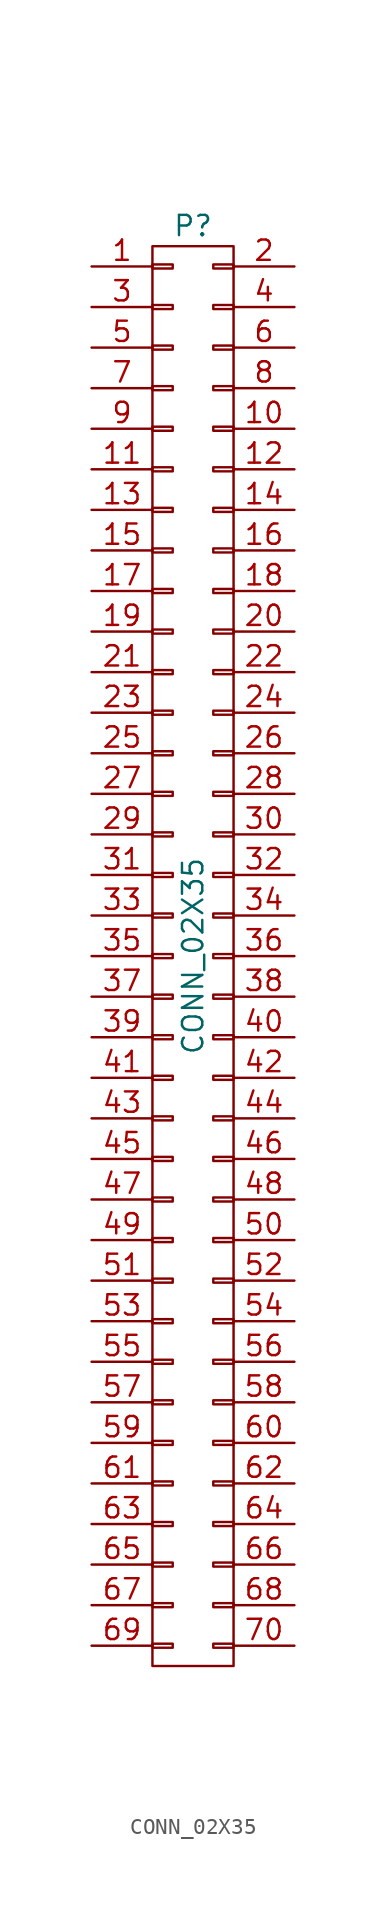
<source format=kicad_sym>
(kicad_symbol_lib
  (version 20231120)
  (generator "kicad_symbol_editor")
  (generator_version "8.0")
  (symbol "CONN_02X35"
    (pin_names
      (offset 0.025) hide)
    (property "Reference" "P"
      (at 0 45.72 0)
      (effects (font (size 1.27 1.27))))
    (property "Value" "CONN_02X35"
      (at 0 0 90)
      (effects (font (size 1.27 1.27))))
    (property "Footprint" ""
      (at 0 -6.35 0)
      (effects (font (size 1.27 1.27))))
    (property "Datasheet" ""
      (at 0 -6.35 0)
      (effects (font (size 1.27 1.27))))
    (symbol "CONN_02X35_0_1"
      (rectangle (start -2.54 -43.053) (end -1.27 -43.307) (stroke (width 0) (type solid)) (fill (type none)))
      (rectangle (start -2.54 -40.513) (end -1.27 -40.767) (stroke (width 0) (type solid)) (fill (type none)))
      (rectangle (start -2.54 -37.973) (end -1.27 -38.227) (stroke (width 0) (type solid)) (fill (type none)))
      (rectangle (start -2.54 -35.433) (end -1.27 -35.687) (stroke (width 0) (type solid)) (fill (type none)))
      (rectangle (start -2.54 -32.893) (end -1.27 -33.147) (stroke (width 0) (type solid)) (fill (type none)))
      (rectangle (start -2.54 -30.353) (end -1.27 -30.607) (stroke (width 0) (type solid)) (fill (type none)))
      (rectangle (start -2.54 -27.813) (end -1.27 -28.067) (stroke (width 0) (type solid)) (fill (type none)))
      (rectangle (start -2.54 -25.273) (end -1.27 -25.527) (stroke (width 0) (type solid)) (fill (type none)))
      (rectangle (start -2.54 -22.733) (end -1.27 -22.987) (stroke (width 0) (type solid)) (fill (type none)))
      (rectangle (start -2.54 -20.193) (end -1.27 -20.447) (stroke (width 0) (type solid)) (fill (type none)))
      (rectangle (start -2.54 -17.653) (end -1.27 -17.907) (stroke (width 0) (type solid)) (fill (type none)))
      (rectangle (start -2.54 -15.113) (end -1.27 -15.367) (stroke (width 0) (type solid)) (fill (type none)))
      (rectangle (start -2.54 -12.573) (end -1.27 -12.827) (stroke (width 0) (type solid)) (fill (type none)))
      (rectangle (start -2.54 -10.033) (end -1.27 -10.287) (stroke (width 0) (type solid)) (fill (type none)))
      (rectangle (start -2.54 -7.493) (end -1.27 -7.747) (stroke (width 0) (type solid)) (fill (type none)))
      (rectangle (start -2.54 -4.953) (end -1.27 -5.207) (stroke (width 0) (type solid)) (fill (type none)))
      (rectangle (start -2.54 -2.413) (end -1.27 -2.667) (stroke (width 0) (type solid)) (fill (type none)))
      (rectangle (start -2.54 0.127) (end -1.27 -0.127) (stroke (width 0) (type solid)) (fill (type none)))
      (rectangle (start -2.54 2.667) (end -1.27 2.413) (stroke (width 0) (type solid)) (fill (type none)))
      (rectangle (start -2.54 5.207) (end -1.27 4.953) (stroke (width 0) (type solid)) (fill (type none)))
      (rectangle (start -2.54 7.747) (end -1.27 7.493) (stroke (width 0) (type solid)) (fill (type none)))
      (rectangle (start -2.54 10.287) (end -1.27 10.033) (stroke (width 0) (type solid)) (fill (type none)))
      (rectangle (start -2.54 12.827) (end -1.27 12.573) (stroke (width 0) (type solid)) (fill (type none)))
      (rectangle (start -2.54 15.367) (end -1.27 15.113) (stroke (width 0) (type solid)) (fill (type none)))
      (rectangle (start -2.54 17.907) (end -1.27 17.653) (stroke (width 0) (type solid)) (fill (type none)))
      (rectangle (start -2.54 20.447) (end -1.27 20.193) (stroke (width 0) (type solid)) (fill (type none)))
      (rectangle (start -2.54 22.987) (end -1.27 22.733) (stroke (width 0) (type solid)) (fill (type none)))
      (rectangle (start -2.54 25.527) (end -1.27 25.273) (stroke (width 0) (type solid)) (fill (type none)))
      (rectangle (start -2.54 28.067) (end -1.27 27.813) (stroke (width 0) (type solid)) (fill (type none)))
      (rectangle (start -2.54 30.607) (end -1.27 30.353) (stroke (width 0) (type solid)) (fill (type none)))
      (rectangle (start -2.54 33.147) (end -1.27 32.893) (stroke (width 0) (type solid)) (fill (type none)))
      (rectangle (start -2.54 35.687) (end -1.27 35.433) (stroke (width 0) (type solid)) (fill (type none)))
      (rectangle (start -2.54 38.227) (end -1.27 37.973) (stroke (width 0) (type solid)) (fill (type none)))
      (rectangle (start -2.54 40.767) (end -1.27 40.513) (stroke (width 0) (type solid)) (fill (type none)))
      (rectangle (start -2.54 43.307) (end -1.27 43.053) (stroke (width 0) (type solid)) (fill (type none)))
      (rectangle (start -2.54 44.45) (end 2.54 -44.45) (stroke (width 0) (type solid)) (fill (type none)))
      (rectangle (start 1.27 -43.053) (end 2.54 -43.307) (stroke (width 0) (type solid)) (fill (type none)))
      (rectangle (start 1.27 -40.513) (end 2.54 -40.767) (stroke (width 0) (type solid)) (fill (type none)))
      (rectangle (start 1.27 -37.973) (end 2.54 -38.227) (stroke (width 0) (type solid)) (fill (type none)))
      (rectangle (start 1.27 -35.433) (end 2.54 -35.687) (stroke (width 0) (type solid)) (fill (type none)))
      (rectangle (start 1.27 -32.893) (end 2.54 -33.147) (stroke (width 0) (type solid)) (fill (type none)))
      (rectangle (start 1.27 -30.353) (end 2.54 -30.607) (stroke (width 0) (type solid)) (fill (type none)))
      (rectangle (start 1.27 -27.813) (end 2.54 -28.067) (stroke (width 0) (type solid)) (fill (type none)))
      (rectangle (start 1.27 -25.273) (end 2.54 -25.527) (stroke (width 0) (type solid)) (fill (type none)))
      (rectangle (start 1.27 -22.733) (end 2.54 -22.987) (stroke (width 0) (type solid)) (fill (type none)))
      (rectangle (start 1.27 -20.193) (end 2.54 -20.447) (stroke (width 0) (type solid)) (fill (type none)))
      (rectangle (start 1.27 -17.653) (end 2.54 -17.907) (stroke (width 0) (type solid)) (fill (type none)))
      (rectangle (start 1.27 -15.113) (end 2.54 -15.367) (stroke (width 0) (type solid)) (fill (type none)))
      (rectangle (start 1.27 -12.573) (end 2.54 -12.827) (stroke (width 0) (type solid)) (fill (type none)))
      (rectangle (start 1.27 -10.033) (end 2.54 -10.287) (stroke (width 0) (type solid)) (fill (type none)))
      (rectangle (start 1.27 -7.493) (end 2.54 -7.747) (stroke (width 0) (type solid)) (fill (type none)))
      (rectangle (start 1.27 -4.953) (end 2.54 -5.207) (stroke (width 0) (type solid)) (fill (type none)))
      (rectangle (start 1.27 -2.413) (end 2.54 -2.667) (stroke (width 0) (type solid)) (fill (type none)))
      (rectangle (start 1.27 0.127) (end 2.54 -0.127) (stroke (width 0) (type solid)) (fill (type none)))
      (rectangle (start 1.27 2.667) (end 2.54 2.413) (stroke (width 0) (type solid)) (fill (type none)))
      (rectangle (start 1.27 5.207) (end 2.54 4.953) (stroke (width 0) (type solid)) (fill (type none)))
      (rectangle (start 1.27 7.747) (end 2.54 7.493) (stroke (width 0) (type solid)) (fill (type none)))
      (rectangle (start 1.27 10.287) (end 2.54 10.033) (stroke (width 0) (type solid)) (fill (type none)))
      (rectangle (start 1.27 12.827) (end 2.54 12.573) (stroke (width 0) (type solid)) (fill (type none)))
      (rectangle (start 1.27 15.367) (end 2.54 15.113) (stroke (width 0) (type solid)) (fill (type none)))
      (rectangle (start 1.27 17.907) (end 2.54 17.653) (stroke (width 0) (type solid)) (fill (type none)))
      (rectangle (start 1.27 20.447) (end 2.54 20.193) (stroke (width 0) (type solid)) (fill (type none)))
      (rectangle (start 1.27 22.987) (end 2.54 22.733) (stroke (width 0) (type solid)) (fill (type none)))
      (rectangle (start 1.27 25.527) (end 2.54 25.273) (stroke (width 0) (type solid)) (fill (type none)))
      (rectangle (start 1.27 28.067) (end 2.54 27.813) (stroke (width 0) (type solid)) (fill (type none)))
      (rectangle (start 1.27 30.607) (end 2.54 30.353) (stroke (width 0) (type solid)) (fill (type none)))
      (rectangle (start 1.27 33.147) (end 2.54 32.893) (stroke (width 0) (type solid)) (fill (type none)))
      (rectangle (start 1.27 35.687) (end 2.54 35.433) (stroke (width 0) (type solid)) (fill (type none)))
      (rectangle (start 1.27 38.227) (end 2.54 37.973) (stroke (width 0) (type solid)) (fill (type none)))
      (rectangle (start 1.27 40.767) (end 2.54 40.513) (stroke (width 0) (type solid)) (fill (type none)))
      (rectangle (start 1.27 43.307) (end 2.54 43.053) (stroke (width 0) (type solid)) (fill (type none))))
    (symbol "CONN_02X35_1_1"
      (pin passive line (at -6.35 43.18 0) (length 3.81) (name "P1" (effects (font (size 1.27 1.27)))) (number "1" (effects (font (size 1.27 1.27)))))
      (pin passive line (at 6.35 33.02 180) (length 3.81) (name "P10" (effects (font (size 1.27 1.27)))) (number "10" (effects (font (size 1.27 1.27)))))
      (pin passive line (at -6.35 30.48 0) (length 3.81) (name "P11" (effects (font (size 1.27 1.27)))) (number "11" (effects (font (size 1.27 1.27)))))
      (pin passive line (at 6.35 30.48 180) (length 3.81) (name "P12" (effects (font (size 1.27 1.27)))) (number "12" (effects (font (size 1.27 1.27)))))
      (pin passive line (at -6.35 27.94 0) (length 3.81) (name "P13" (effects (font (size 1.27 1.27)))) (number "13" (effects (font (size 1.27 1.27)))))
      (pin passive line (at 6.35 27.94 180) (length 3.81) (name "P14" (effects (font (size 1.27 1.27)))) (number "14" (effects (font (size 1.27 1.27)))))
      (pin passive line (at -6.35 25.4 0) (length 3.81) (name "P15" (effects (font (size 1.27 1.27)))) (number "15" (effects (font (size 1.27 1.27)))))
      (pin passive line (at 6.35 25.4 180) (length 3.81) (name "P16" (effects (font (size 1.27 1.27)))) (number "16" (effects (font (size 1.27 1.27)))))
      (pin passive line (at -6.35 22.86 0) (length 3.81) (name "P17" (effects (font (size 1.27 1.27)))) (number "17" (effects (font (size 1.27 1.27)))))
      (pin passive line (at 6.35 22.86 180) (length 3.81) (name "P18" (effects (font (size 1.27 1.27)))) (number "18" (effects (font (size 1.27 1.27)))))
      (pin passive line (at -6.35 20.32 0) (length 3.81) (name "P19" (effects (font (size 1.27 1.27)))) (number "19" (effects (font (size 1.27 1.27)))))
      (pin passive line (at 6.35 43.18 180) (length 3.81) (name "P2" (effects (font (size 1.27 1.27)))) (number "2" (effects (font (size 1.27 1.27)))))
      (pin passive line (at 6.35 20.32 180) (length 3.81) (name "P20" (effects (font (size 1.27 1.27)))) (number "20" (effects (font (size 1.27 1.27)))))
      (pin passive line (at -6.35 17.78 0) (length 3.81) (name "P21" (effects (font (size 1.27 1.27)))) (number "21" (effects (font (size 1.27 1.27)))))
      (pin passive line (at 6.35 17.78 180) (length 3.81) (name "P22" (effects (font (size 1.27 1.27)))) (number "22" (effects (font (size 1.27 1.27)))))
      (pin passive line (at -6.35 15.24 0) (length 3.81) (name "P23" (effects (font (size 1.27 1.27)))) (number "23" (effects (font (size 1.27 1.27)))))
      (pin passive line (at 6.35 15.24 180) (length 3.81) (name "P24" (effects (font (size 1.27 1.27)))) (number "24" (effects (font (size 1.27 1.27)))))
      (pin passive line (at -6.35 12.7 0) (length 3.81) (name "P25" (effects (font (size 1.27 1.27)))) (number "25" (effects (font (size 1.27 1.27)))))
      (pin passive line (at 6.35 12.7 180) (length 3.81) (name "P26" (effects (font (size 1.27 1.27)))) (number "26" (effects (font (size 1.27 1.27)))))
      (pin passive line (at -6.35 10.16 0) (length 3.81) (name "P27" (effects (font (size 1.27 1.27)))) (number "27" (effects (font (size 1.27 1.27)))))
      (pin passive line (at 6.35 10.16 180) (length 3.81) (name "P28" (effects (font (size 1.27 1.27)))) (number "28" (effects (font (size 1.27 1.27)))))
      (pin passive line (at -6.35 7.62 0) (length 3.81) (name "P29" (effects (font (size 1.27 1.27)))) (number "29" (effects (font (size 1.27 1.27)))))
      (pin passive line (at -6.35 40.64 0) (length 3.81) (name "P3" (effects (font (size 1.27 1.27)))) (number "3" (effects (font (size 1.27 1.27)))))
      (pin passive line (at 6.35 7.62 180) (length 3.81) (name "P30" (effects (font (size 1.27 1.27)))) (number "30" (effects (font (size 1.27 1.27)))))
      (pin passive line (at -6.35 5.08 0) (length 3.81) (name "P31" (effects (font (size 1.27 1.27)))) (number "31" (effects (font (size 1.27 1.27)))))
      (pin passive line (at 6.35 5.08 180) (length 3.81) (name "P32" (effects (font (size 1.27 1.27)))) (number "32" (effects (font (size 1.27 1.27)))))
      (pin passive line (at -6.35 2.54 0) (length 3.81) (name "P33" (effects (font (size 1.27 1.27)))) (number "33" (effects (font (size 1.27 1.27)))))
      (pin passive line (at 6.35 2.54 180) (length 3.81) (name "P34" (effects (font (size 1.27 1.27)))) (number "34" (effects (font (size 1.27 1.27)))))
      (pin passive line (at -6.35 0 0) (length 3.81) (name "P35" (effects (font (size 1.27 1.27)))) (number "35" (effects (font (size 1.27 1.27)))))
      (pin passive line (at 6.35 0 180) (length 3.81) (name "P36" (effects (font (size 1.27 1.27)))) (number "36" (effects (font (size 1.27 1.27)))))
      (pin passive line (at -6.35 -2.54 0) (length 3.81) (name "P37" (effects (font (size 1.27 1.27)))) (number "37" (effects (font (size 1.27 1.27)))))
      (pin passive line (at 6.35 -2.54 180) (length 3.81) (name "P38" (effects (font (size 1.27 1.27)))) (number "38" (effects (font (size 1.27 1.27)))))
      (pin passive line (at -6.35 -5.08 0) (length 3.81) (name "P39" (effects (font (size 1.27 1.27)))) (number "39" (effects (font (size 1.27 1.27)))))
      (pin passive line (at 6.35 40.64 180) (length 3.81) (name "P4" (effects (font (size 1.27 1.27)))) (number "4" (effects (font (size 1.27 1.27)))))
      (pin passive line (at 6.35 -5.08 180) (length 3.81) (name "P40" (effects (font (size 1.27 1.27)))) (number "40" (effects (font (size 1.27 1.27)))))
      (pin passive line (at -6.35 -7.62 0) (length 3.81) (name "P41" (effects (font (size 1.27 1.27)))) (number "41" (effects (font (size 1.27 1.27)))))
      (pin passive line (at 6.35 -7.62 180) (length 3.81) (name "P42" (effects (font (size 1.27 1.27)))) (number "42" (effects (font (size 1.27 1.27)))))
      (pin passive line (at -6.35 -10.16 0) (length 3.81) (name "P43" (effects (font (size 1.27 1.27)))) (number "43" (effects (font (size 1.27 1.27)))))
      (pin passive line (at 6.35 -10.16 180) (length 3.81) (name "P44" (effects (font (size 1.27 1.27)))) (number "44" (effects (font (size 1.27 1.27)))))
      (pin passive line (at -6.35 -12.7 0) (length 3.81) (name "P45" (effects (font (size 1.27 1.27)))) (number "45" (effects (font (size 1.27 1.27)))))
      (pin passive line (at 6.35 -12.7 180) (length 3.81) (name "P46" (effects (font (size 1.27 1.27)))) (number "46" (effects (font (size 1.27 1.27)))))
      (pin passive line (at -6.35 -15.24 0) (length 3.81) (name "P47" (effects (font (size 1.27 1.27)))) (number "47" (effects (font (size 1.27 1.27)))))
      (pin passive line (at 6.35 -15.24 180) (length 3.81) (name "P48" (effects (font (size 1.27 1.27)))) (number "48" (effects (font (size 1.27 1.27)))))
      (pin passive line (at -6.35 -17.78 0) (length 3.81) (name "P49" (effects (font (size 1.27 1.27)))) (number "49" (effects (font (size 1.27 1.27)))))
      (pin passive line (at -6.35 38.1 0) (length 3.81) (name "P5" (effects (font (size 1.27 1.27)))) (number "5" (effects (font (size 1.27 1.27)))))
      (pin passive line (at 6.35 -17.78 180) (length 3.81) (name "P50" (effects (font (size 1.27 1.27)))) (number "50" (effects (font (size 1.27 1.27)))))
      (pin passive line (at -6.35 -20.32 0) (length 3.81) (name "P51" (effects (font (size 1.27 1.27)))) (number "51" (effects (font (size 1.27 1.27)))))
      (pin passive line (at 6.35 -20.32 180) (length 3.81) (name "P52" (effects (font (size 1.27 1.27)))) (number "52" (effects (font (size 1.27 1.27)))))
      (pin passive line (at -6.35 -22.86 0) (length 3.81) (name "P53" (effects (font (size 1.27 1.27)))) (number "53" (effects (font (size 1.27 1.27)))))
      (pin passive line (at 6.35 -22.86 180) (length 3.81) (name "P54" (effects (font (size 1.27 1.27)))) (number "54" (effects (font (size 1.27 1.27)))))
      (pin passive line (at -6.35 -25.4 0) (length 3.81) (name "P55" (effects (font (size 1.27 1.27)))) (number "55" (effects (font (size 1.27 1.27)))))
      (pin passive line (at 6.35 -25.4 180) (length 3.81) (name "P56" (effects (font (size 1.27 1.27)))) (number "56" (effects (font (size 1.27 1.27)))))
      (pin passive line (at -6.35 -27.94 0) (length 3.81) (name "P57" (effects (font (size 1.27 1.27)))) (number "57" (effects (font (size 1.27 1.27)))))
      (pin passive line (at 6.35 -27.94 180) (length 3.81) (name "P58" (effects (font (size 1.27 1.27)))) (number "58" (effects (font (size 1.27 1.27)))))
      (pin passive line (at -6.35 -30.48 0) (length 3.81) (name "P59" (effects (font (size 1.27 1.27)))) (number "59" (effects (font (size 1.27 1.27)))))
      (pin passive line (at 6.35 38.1 180) (length 3.81) (name "P6" (effects (font (size 1.27 1.27)))) (number "6" (effects (font (size 1.27 1.27)))))
      (pin passive line (at 6.35 -30.48 180) (length 3.81) (name "P60" (effects (font (size 1.27 1.27)))) (number "60" (effects (font (size 1.27 1.27)))))
      (pin passive line (at -6.35 -33.02 0) (length 3.81) (name "P61" (effects (font (size 1.27 1.27)))) (number "61" (effects (font (size 1.27 1.27)))))
      (pin passive line (at 6.35 -33.02 180) (length 3.81) (name "P62" (effects (font (size 1.27 1.27)))) (number "62" (effects (font (size 1.27 1.27)))))
      (pin passive line (at -6.35 -35.56 0) (length 3.81) (name "P63" (effects (font (size 1.27 1.27)))) (number "63" (effects (font (size 1.27 1.27)))))
      (pin passive line (at 6.35 -35.56 180) (length 3.81) (name "P64" (effects (font (size 1.27 1.27)))) (number "64" (effects (font (size 1.27 1.27)))))
      (pin passive line (at -6.35 -38.1 0) (length 3.81) (name "P65" (effects (font (size 1.27 1.27)))) (number "65" (effects (font (size 1.27 1.27)))))
      (pin passive line (at 6.35 -38.1 180) (length 3.81) (name "P66" (effects (font (size 1.27 1.27)))) (number "66" (effects (font (size 1.27 1.27)))))
      (pin passive line (at -6.35 -40.64 0) (length 3.81) (name "P67" (effects (font (size 1.27 1.27)))) (number "67" (effects (font (size 1.27 1.27)))))
      (pin passive line (at 6.35 -40.64 180) (length 3.81) (name "P68" (effects (font (size 1.27 1.27)))) (number "68" (effects (font (size 1.27 1.27)))))
      (pin passive line (at -6.35 -43.18 0) (length 3.81) (name "P69" (effects (font (size 1.27 1.27)))) (number "69" (effects (font (size 1.27 1.27)))))
      (pin passive line (at -6.35 35.56 0) (length 3.81) (name "P7" (effects (font (size 1.27 1.27)))) (number "7" (effects (font (size 1.27 1.27)))))
      (pin passive line (at 6.35 -43.18 180) (length 3.81) (name "P70" (effects (font (size 1.27 1.27)))) (number "70" (effects (font (size 1.27 1.27)))))
      (pin passive line (at 6.35 35.56 180) (length 3.81) (name "P8" (effects (font (size 1.27 1.27)))) (number "8" (effects (font (size 1.27 1.27)))))
      (pin passive line (at -6.35 33.02 0) (length 3.81) (name "P9" (effects (font (size 1.27 1.27)))) (number "9" (effects (font (size 1.27 1.27))))))))
</source>
